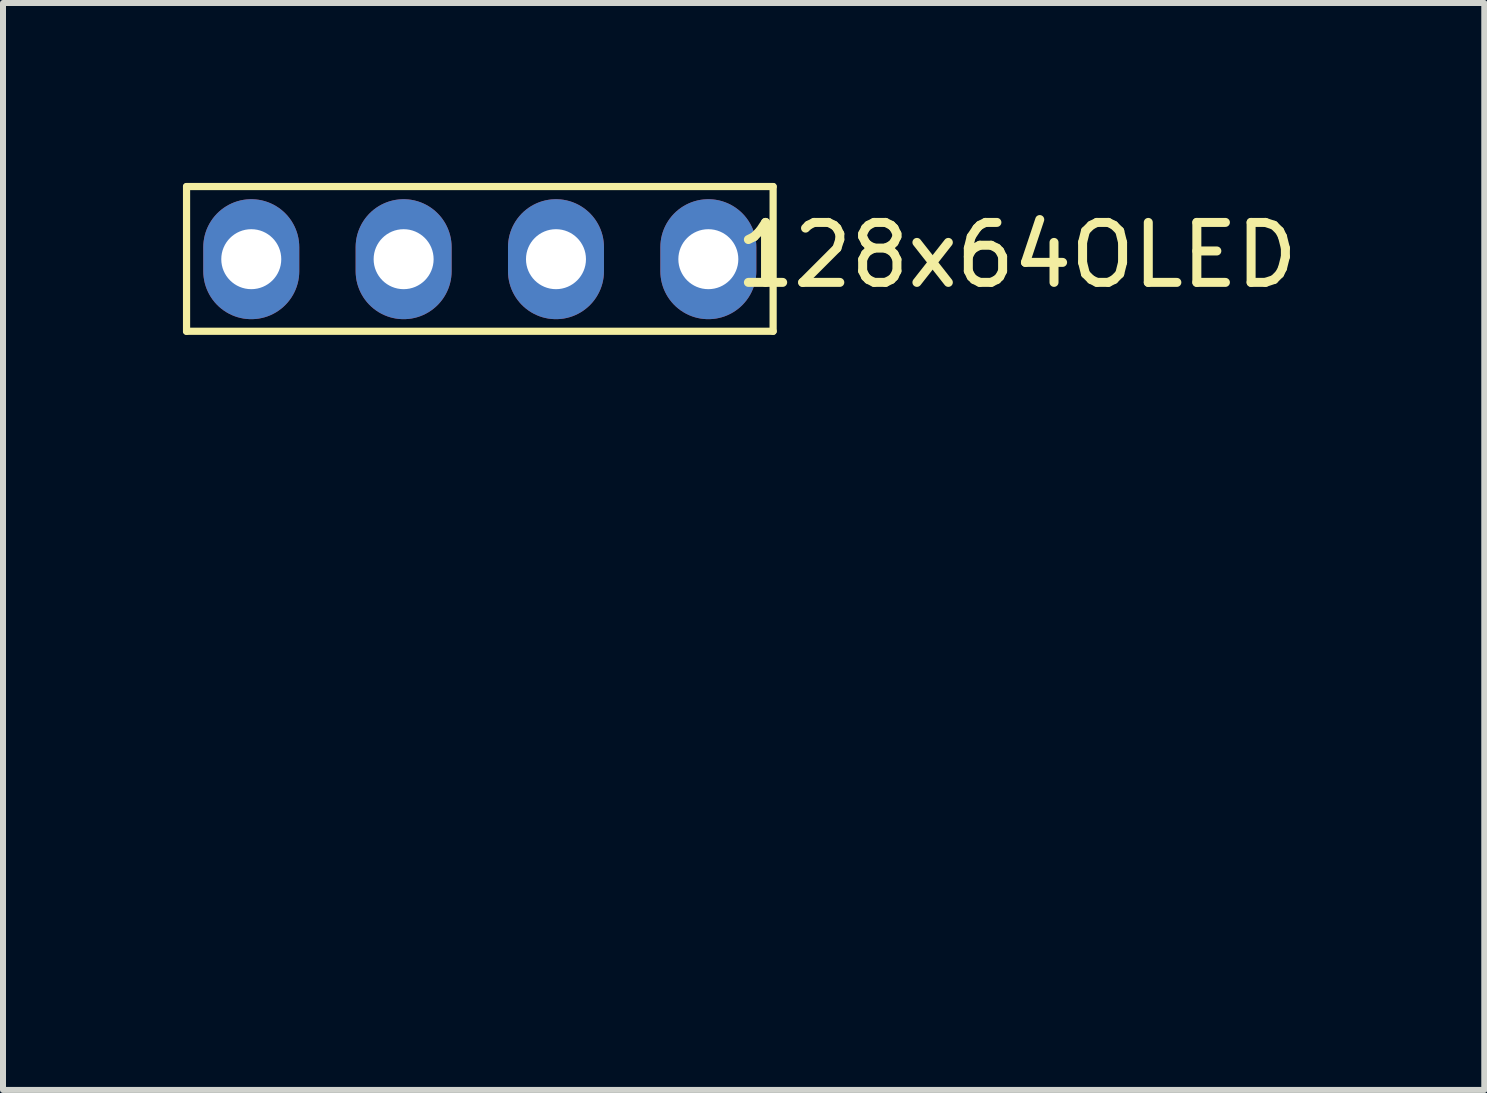
<source format=kicad_pcb>
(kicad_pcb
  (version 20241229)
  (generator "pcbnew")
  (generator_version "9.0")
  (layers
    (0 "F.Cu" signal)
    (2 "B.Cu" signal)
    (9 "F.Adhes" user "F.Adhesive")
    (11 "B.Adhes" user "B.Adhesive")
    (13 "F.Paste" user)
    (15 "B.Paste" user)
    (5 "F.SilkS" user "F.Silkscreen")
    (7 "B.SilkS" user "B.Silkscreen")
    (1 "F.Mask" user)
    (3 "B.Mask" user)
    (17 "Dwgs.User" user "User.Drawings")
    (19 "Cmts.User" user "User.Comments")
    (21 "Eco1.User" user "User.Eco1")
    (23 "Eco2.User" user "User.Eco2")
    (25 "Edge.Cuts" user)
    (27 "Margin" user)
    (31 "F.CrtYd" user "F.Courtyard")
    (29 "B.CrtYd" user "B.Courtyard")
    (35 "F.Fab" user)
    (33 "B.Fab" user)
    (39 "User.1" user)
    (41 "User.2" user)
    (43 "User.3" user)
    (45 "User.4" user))
  (footprint "128x64OLED"
    (layer "F.Cu")
    (at 4.759 11.871)
    (property "Reference" "128x64OLED" (at 9.144 -10.668 0) (layer "F.SilkS") (effects (font (size 1 1) (thickness 0.15))))
    (attr through_hole)
    (fp_line (start -4.699 -11.811) (end -4.699 -9.398) (stroke (width 0.12) (type solid)) (layer "F.SilkS"))
    (fp_line (start -4.699 -11.811) (end 5.08 -11.811) (stroke (width 0.12) (type solid)) (layer "F.SilkS"))
    (fp_line (start 5.08 -11.811) (end 5.08 -9.398) (stroke (width 0.12) (type solid)) (layer "F.SilkS"))
    (fp_line (start 5.08 -9.398) (end -4.699 -9.398) (stroke (width 0.12) (type solid)) (layer "F.SilkS"))
    (pad "1" thru_hole oval (at -3.62 -10.6 90) (size 2 1.6) (drill 1) (layers "*.Cu" "*.Mask"))
    (pad "2" thru_hole oval (at -1.08 -10.6 90) (size 2 1.6) (drill 1) (layers "*.Cu" "*.Mask"))
    (pad "3" thru_hole oval (at 1.46 -10.6 90) (size 2 1.6) (drill 1) (layers "*.Cu" "*.Mask"))
    (pad "4" thru_hole oval (at 4 -10.6 90) (size 2 1.6) (drill 1) (layers "*.Cu" "*.Mask")))
  (gr_rect
    (start -3 -3)
    (end 21.695 15.121)
    (stroke (width 0.1) (type default))
    (fill no)
    (layer "Edge.Cuts")))
</source>
